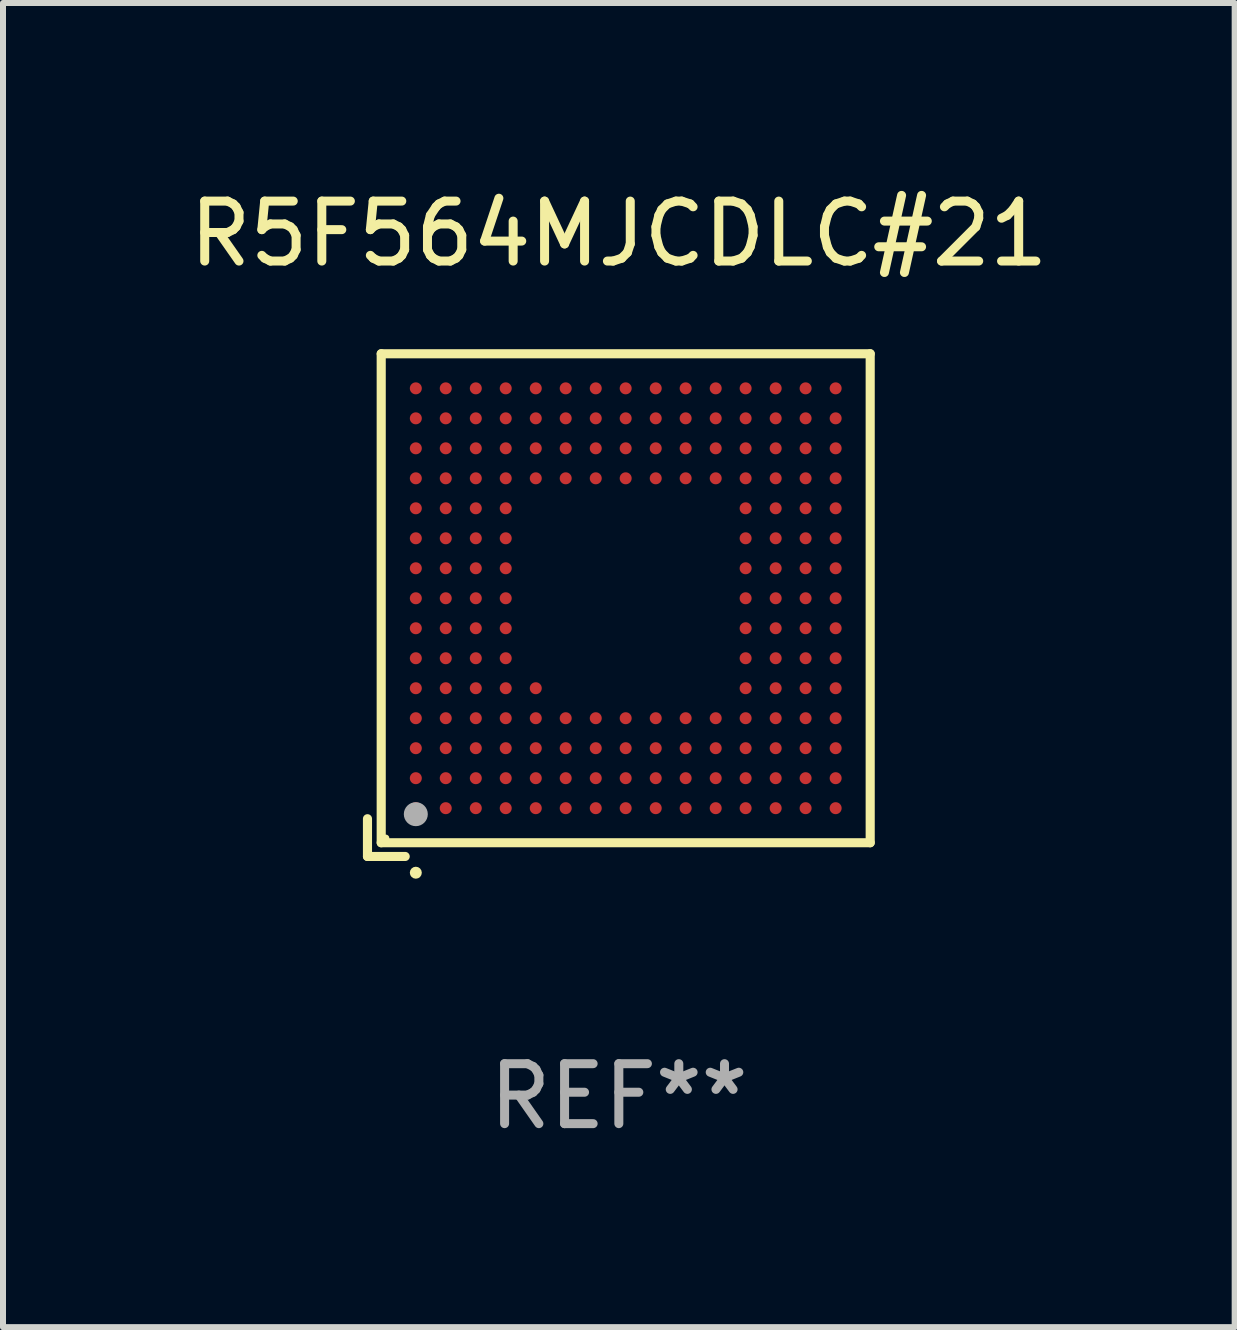
<source format=kicad_pcb>
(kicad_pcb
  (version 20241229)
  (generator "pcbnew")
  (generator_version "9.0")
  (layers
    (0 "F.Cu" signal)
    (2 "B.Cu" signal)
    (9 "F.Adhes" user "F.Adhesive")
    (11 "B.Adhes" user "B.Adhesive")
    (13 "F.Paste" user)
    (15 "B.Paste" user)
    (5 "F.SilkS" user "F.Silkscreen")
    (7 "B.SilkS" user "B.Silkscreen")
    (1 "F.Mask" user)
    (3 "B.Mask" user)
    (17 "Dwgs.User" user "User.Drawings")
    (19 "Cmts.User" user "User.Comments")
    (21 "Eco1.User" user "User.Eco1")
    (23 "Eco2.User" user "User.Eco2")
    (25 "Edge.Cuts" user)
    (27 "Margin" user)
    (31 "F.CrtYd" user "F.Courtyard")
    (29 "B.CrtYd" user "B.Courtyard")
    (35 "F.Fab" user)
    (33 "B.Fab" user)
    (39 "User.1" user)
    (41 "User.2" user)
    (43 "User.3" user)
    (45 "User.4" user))
  (footprint "R5F564MJCDLC#21"
    (layer "F.Cu")
    (at 7.268 7.039)
    (property "Reference" "R5F564MJCDLC#21" (at 0 -6.191 0) (layer "F.SilkS") (effects (font (size 1 1) (thickness 0.15))))
    (attr through_hole)
    (fp_line (start -4.191 3.562) (end -4.191 4.191) (stroke (width 0.152) (type solid)) (layer "F.SilkS"))
    (fp_line (start -4.191 4.191) (end -3.562 4.191) (stroke (width 0.152) (type solid)) (layer "F.SilkS"))
    (fp_line (start -3.962 -4.191) (end 4.191 -4.191) (stroke (width 0.152) (type solid)) (layer "F.SilkS"))
    (fp_line (start -3.962 3.962) (end -3.962 -4.191) (stroke (width 0.152) (type solid)) (layer "F.SilkS"))
    (fp_line (start 4.191 -4.191) (end 4.191 3.962) (stroke (width 0.152) (type solid)) (layer "F.SilkS"))
    (fp_line (start 4.191 3.962) (end -3.962 3.962) (stroke (width 0.152) (type solid)) (layer "F.SilkS"))
    (fp_circle (center -3.886 3.886) (end -3.856 3.886) (stroke (width 0.06) (type solid)) (fill no) (layer "F.SilkS"))
    (fp_circle (center -3.385 4.462) (end -3.335 4.462) (stroke (width 0.1) (type solid)) (fill no) (layer "F.SilkS"))
    (fp_circle (center -3.385 3.486) (end -3.285 3.486) (stroke (width 0.2) (type solid)) (fill no) (layer "F.Fab"))
    (fp_text user "REF**" (at 0 8.191 0) (layer "F.Fab") (effects (font (size 1 1) (thickness 0.15))))
    (pad "A1" smd circle (at -3.385 3.386) (size 0.2 0.2) (layers "F.Cu" "F.Mask" "F.Paste"))
    (pad "A2" smd circle (at -3.385 2.886) (size 0.2 0.2) (layers "F.Cu" "F.Mask" "F.Paste"))
    (pad "A3" smd circle (at -3.385 2.386) (size 0.2 0.2) (layers "F.Cu" "F.Mask" "F.Paste"))
    (pad "A4" smd circle (at -3.385 1.886) (size 0.2 0.2) (layers "F.Cu" "F.Mask" "F.Paste"))
    (pad "A5" smd circle (at -3.385 1.386) (size 0.2 0.2) (layers "F.Cu" "F.Mask" "F.Paste"))
    (pad "A6" smd circle (at -3.385 0.886) (size 0.2 0.2) (layers "F.Cu" "F.Mask" "F.Paste"))
    (pad "A7" smd circle (at -3.385 0.386) (size 0.2 0.2) (layers "F.Cu" "F.Mask" "F.Paste"))
    (pad "A8" smd circle (at -3.385 -0.114) (size 0.2 0.2) (layers "F.Cu" "F.Mask" "F.Paste"))
    (pad "A9" smd circle (at -3.385 -0.614) (size 0.2 0.2) (layers "F.Cu" "F.Mask" "F.Paste"))
    (pad "A10" smd circle (at -3.385 -1.114) (size 0.2 0.2) (layers "F.Cu" "F.Mask" "F.Paste"))
    (pad "A11" smd circle (at -3.385 -1.614) (size 0.2 0.2) (layers "F.Cu" "F.Mask" "F.Paste"))
    (pad "A12" smd circle (at -3.385 -2.114) (size 0.2 0.2) (layers "F.Cu" "F.Mask" "F.Paste"))
    (pad "A13" smd circle (at -3.385 -2.614) (size 0.2 0.2) (layers "F.Cu" "F.Mask" "F.Paste"))
    (pad "A14" smd circle (at -3.385 -3.114) (size 0.2 0.2) (layers "F.Cu" "F.Mask" "F.Paste"))
    (pad "A15" smd circle (at -3.385 -3.614) (size 0.2 0.2) (layers "F.Cu" "F.Mask" "F.Paste"))
    (pad "B1" smd circle (at -2.886 3.386) (size 0.2 0.2) (layers "F.Cu" "F.Mask" "F.Paste"))
    (pad "B2" smd circle (at -2.886 2.886) (size 0.2 0.2) (layers "F.Cu" "F.Mask" "F.Paste"))
    (pad "B3" smd circle (at -2.886 2.386) (size 0.2 0.2) (layers "F.Cu" "F.Mask" "F.Paste"))
    (pad "B4" smd circle (at -2.886 1.886) (size 0.2 0.2) (layers "F.Cu" "F.Mask" "F.Paste"))
    (pad "B5" smd circle (at -2.886 1.386) (size 0.2 0.2) (layers "F.Cu" "F.Mask" "F.Paste"))
    (pad "B6" smd circle (at -2.886 0.886) (size 0.2 0.2) (layers "F.Cu" "F.Mask" "F.Paste"))
    (pad "B7" smd circle (at -2.886 0.386) (size 0.2 0.2) (layers "F.Cu" "F.Mask" "F.Paste"))
    (pad "B8" smd circle (at -2.886 -0.114) (size 0.2 0.2) (layers "F.Cu" "F.Mask" "F.Paste"))
    (pad "B9" smd circle (at -2.886 -0.614) (size 0.2 0.2) (layers "F.Cu" "F.Mask" "F.Paste"))
    (pad "B10" smd circle (at -2.886 -1.114) (size 0.2 0.2) (layers "F.Cu" "F.Mask" "F.Paste"))
    (pad "B11" smd circle (at -2.886 -1.614) (size 0.2 0.2) (layers "F.Cu" "F.Mask" "F.Paste"))
    (pad "B12" smd circle (at -2.886 -2.114) (size 0.2 0.2) (layers "F.Cu" "F.Mask" "F.Paste"))
    (pad "B13" smd circle (at -2.886 -2.614) (size 0.2 0.2) (layers "F.Cu" "F.Mask" "F.Paste"))
    (pad "B14" smd circle (at -2.886 -3.114) (size 0.2 0.2) (layers "F.Cu" "F.Mask" "F.Paste"))
    (pad "B15" smd circle (at -2.886 -3.614) (size 0.2 0.2) (layers "F.Cu" "F.Mask" "F.Paste"))
    (pad "C1" smd circle (at -2.385 3.386) (size 0.2 0.2) (layers "F.Cu" "F.Mask" "F.Paste"))
    (pad "C2" smd circle (at -2.385 2.886) (size 0.2 0.2) (layers "F.Cu" "F.Mask" "F.Paste"))
    (pad "C3" smd circle (at -2.385 2.386) (size 0.2 0.2) (layers "F.Cu" "F.Mask" "F.Paste"))
    (pad "C4" smd circle (at -2.385 1.886) (size 0.2 0.2) (layers "F.Cu" "F.Mask" "F.Paste"))
    (pad "C5" smd circle (at -2.385 1.386) (size 0.2 0.2) (layers "F.Cu" "F.Mask" "F.Paste"))
    (pad "C6" smd circle (at -2.385 0.886) (size 0.2 0.2) (layers "F.Cu" "F.Mask" "F.Paste"))
    (pad "C7" smd circle (at -2.385 0.386) (size 0.2 0.2) (layers "F.Cu" "F.Mask" "F.Paste"))
    (pad "C8" smd circle (at -2.385 -0.114) (size 0.2 0.2) (layers "F.Cu" "F.Mask" "F.Paste"))
    (pad "C9" smd circle (at -2.385 -0.614) (size 0.2 0.2) (layers "F.Cu" "F.Mask" "F.Paste"))
    (pad "C10" smd circle (at -2.385 -1.114) (size 0.2 0.2) (layers "F.Cu" "F.Mask" "F.Paste"))
    (pad "C11" smd circle (at -2.385 -1.614) (size 0.2 0.2) (layers "F.Cu" "F.Mask" "F.Paste"))
    (pad "C12" smd circle (at -2.385 -2.114) (size 0.2 0.2) (layers "F.Cu" "F.Mask" "F.Paste"))
    (pad "C13" smd circle (at -2.385 -2.614) (size 0.2 0.2) (layers "F.Cu" "F.Mask" "F.Paste"))
    (pad "C14" smd circle (at -2.385 -3.114) (size 0.2 0.2) (layers "F.Cu" "F.Mask" "F.Paste"))
    (pad "C15" smd circle (at -2.385 -3.614) (size 0.2 0.2) (layers "F.Cu" "F.Mask" "F.Paste"))
    (pad "D1" smd circle (at -1.886 3.386) (size 0.2 0.2) (layers "F.Cu" "F.Mask" "F.Paste"))
    (pad "D2" smd circle (at -1.886 2.886) (size 0.2 0.2) (layers "F.Cu" "F.Mask" "F.Paste"))
    (pad "D3" smd circle (at -1.886 2.386) (size 0.2 0.2) (layers "F.Cu" "F.Mask" "F.Paste"))
    (pad "D4" smd circle (at -1.886 1.886) (size 0.2 0.2) (layers "F.Cu" "F.Mask" "F.Paste"))
    (pad "D5" smd circle (at -1.886 1.386) (size 0.2 0.2) (layers "F.Cu" "F.Mask" "F.Paste"))
    (pad "D6" smd circle (at -1.886 0.886) (size 0.2 0.2) (layers "F.Cu" "F.Mask" "F.Paste"))
    (pad "D7" smd circle (at -1.886 0.386) (size 0.2 0.2) (layers "F.Cu" "F.Mask" "F.Paste"))
    (pad "D8" smd circle (at -1.886 -0.114) (size 0.2 0.2) (layers "F.Cu" "F.Mask" "F.Paste"))
    (pad "D9" smd circle (at -1.886 -0.614) (size 0.2 0.2) (layers "F.Cu" "F.Mask" "F.Paste"))
    (pad "D10" smd circle (at -1.886 -1.114) (size 0.2 0.2) (layers "F.Cu" "F.Mask" "F.Paste"))
    (pad "D11" smd circle (at -1.886 -1.614) (size 0.2 0.2) (layers "F.Cu" "F.Mask" "F.Paste"))
    (pad "D12" smd circle (at -1.886 -2.114) (size 0.2 0.2) (layers "F.Cu" "F.Mask" "F.Paste"))
    (pad "D13" smd circle (at -1.886 -2.614) (size 0.2 0.2) (layers "F.Cu" "F.Mask" "F.Paste"))
    (pad "D14" smd circle (at -1.886 -3.114) (size 0.2 0.2) (layers "F.Cu" "F.Mask" "F.Paste"))
    (pad "D15" smd circle (at -1.886 -3.614) (size 0.2 0.2) (layers "F.Cu" "F.Mask" "F.Paste"))
    (pad "E1" smd circle (at -1.385 3.386) (size 0.2 0.2) (layers "F.Cu" "F.Mask" "F.Paste"))
    (pad "E2" smd circle (at -1.385 2.886) (size 0.2 0.2) (layers "F.Cu" "F.Mask" "F.Paste"))
    (pad "E3" smd circle (at -1.385 2.386) (size 0.2 0.2) (layers "F.Cu" "F.Mask" "F.Paste"))
    (pad "E4" smd circle (at -1.385 1.886) (size 0.2 0.2) (layers "F.Cu" "F.Mask" "F.Paste"))
    (pad "E5" smd circle (at -1.385 1.386) (size 0.2 0.2) (layers "F.Cu" "F.Mask" "F.Paste"))
    (pad "E12" smd circle (at -1.385 -2.114) (size 0.2 0.2) (layers "F.Cu" "F.Mask" "F.Paste"))
    (pad "E13" smd circle (at -1.385 -2.614) (size 0.2 0.2) (layers "F.Cu" "F.Mask" "F.Paste"))
    (pad "E14" smd circle (at -1.385 -3.114) (size 0.2 0.2) (layers "F.Cu" "F.Mask" "F.Paste"))
    (pad "E15" smd circle (at -1.385 -3.614) (size 0.2 0.2) (layers "F.Cu" "F.Mask" "F.Paste"))
    (pad "F1" smd circle (at -0.886 3.386) (size 0.2 0.2) (layers "F.Cu" "F.Mask" "F.Paste"))
    (pad "F2" smd circle (at -0.886 2.886) (size 0.2 0.2) (layers "F.Cu" "F.Mask" "F.Paste"))
    (pad "F3" smd circle (at -0.886 2.386) (size 0.2 0.2) (layers "F.Cu" "F.Mask" "F.Paste"))
    (pad "F4" smd circle (at -0.886 1.886) (size 0.2 0.2) (layers "F.Cu" "F.Mask" "F.Paste"))
    (pad "F12" smd circle (at -0.886 -2.114) (size 0.2 0.2) (layers "F.Cu" "F.Mask" "F.Paste"))
    (pad "F13" smd circle (at -0.886 -2.614) (size 0.2 0.2) (layers "F.Cu" "F.Mask" "F.Paste"))
    (pad "F14" smd circle (at -0.886 -3.114) (size 0.2 0.2) (layers "F.Cu" "F.Mask" "F.Paste"))
    (pad "F15" smd circle (at -0.886 -3.614) (size 0.2 0.2) (layers "F.Cu" "F.Mask" "F.Paste"))
    (pad "G1" smd circle (at -0.385 3.386) (size 0.2 0.2) (layers "F.Cu" "F.Mask" "F.Paste"))
    (pad "G2" smd circle (at -0.385 2.886) (size 0.2 0.2) (layers "F.Cu" "F.Mask" "F.Paste"))
    (pad "G3" smd circle (at -0.385 2.386) (size 0.2 0.2) (layers "F.Cu" "F.Mask" "F.Paste"))
    (pad "G4" smd circle (at -0.385 1.886) (size 0.2 0.2) (layers "F.Cu" "F.Mask" "F.Paste"))
    (pad "G12" smd circle (at -0.385 -2.114) (size 0.2 0.2) (layers "F.Cu" "F.Mask" "F.Paste"))
    (pad "G13" smd circle (at -0.385 -2.614) (size 0.2 0.2) (layers "F.Cu" "F.Mask" "F.Paste"))
    (pad "G14" smd circle (at -0.385 -3.114) (size 0.2 0.2) (layers "F.Cu" "F.Mask" "F.Paste"))
    (pad "G15" smd circle (at -0.385 -3.614) (size 0.2 0.2) (layers "F.Cu" "F.Mask" "F.Paste"))
    (pad "H1" smd circle (at 0.114 3.386) (size 0.2 0.2) (layers "F.Cu" "F.Mask" "F.Paste"))
    (pad "H2" smd circle (at 0.114 2.886) (size 0.2 0.2) (layers "F.Cu" "F.Mask" "F.Paste"))
    (pad "H3" smd circle (at 0.114 2.386) (size 0.2 0.2) (layers "F.Cu" "F.Mask" "F.Paste"))
    (pad "H4" smd circle (at 0.114 1.886) (size 0.2 0.2) (layers "F.Cu" "F.Mask" "F.Paste"))
    (pad "H12" smd circle (at 0.114 -2.114) (size 0.2 0.2) (layers "F.Cu" "F.Mask" "F.Paste"))
    (pad "H13" smd circle (at 0.114 -2.614) (size 0.2 0.2) (layers "F.Cu" "F.Mask" "F.Paste"))
    (pad "H14" smd circle (at 0.114 -3.114) (size 0.2 0.2) (layers "F.Cu" "F.Mask" "F.Paste"))
    (pad "H15" smd circle (at 0.114 -3.614) (size 0.2 0.2) (layers "F.Cu" "F.Mask" "F.Paste"))
    (pad "J1" smd circle (at 0.615 3.386) (size 0.2 0.2) (layers "F.Cu" "F.Mask" "F.Paste"))
    (pad "J2" smd circle (at 0.615 2.886) (size 0.2 0.2) (layers "F.Cu" "F.Mask" "F.Paste"))
    (pad "J3" smd circle (at 0.615 2.386) (size 0.2 0.2) (layers "F.Cu" "F.Mask" "F.Paste"))
    (pad "J4" smd circle (at 0.615 1.886) (size 0.2 0.2) (layers "F.Cu" "F.Mask" "F.Paste"))
    (pad "J12" smd circle (at 0.615 -2.114) (size 0.2 0.2) (layers "F.Cu" "F.Mask" "F.Paste"))
    (pad "J13" smd circle (at 0.615 -2.614) (size 0.2 0.2) (layers "F.Cu" "F.Mask" "F.Paste"))
    (pad "J14" smd circle (at 0.615 -3.114) (size 0.2 0.2) (layers "F.Cu" "F.Mask" "F.Paste"))
    (pad "J15" smd circle (at 0.615 -3.614) (size 0.2 0.2) (layers "F.Cu" "F.Mask" "F.Paste"))
    (pad "K1" smd circle (at 1.114 3.386) (size 0.2 0.2) (layers "F.Cu" "F.Mask" "F.Paste"))
    (pad "K2" smd circle (at 1.114 2.886) (size 0.2 0.2) (layers "F.Cu" "F.Mask" "F.Paste"))
    (pad "K3" smd circle (at 1.114 2.386) (size 0.2 0.2) (layers "F.Cu" "F.Mask" "F.Paste"))
    (pad "K4" smd circle (at 1.114 1.886) (size 0.2 0.2) (layers "F.Cu" "F.Mask" "F.Paste"))
    (pad "K12" smd circle (at 1.114 -2.114) (size 0.2 0.2) (layers "F.Cu" "F.Mask" "F.Paste"))
    (pad "K13" smd circle (at 1.114 -2.614) (size 0.2 0.2) (layers "F.Cu" "F.Mask" "F.Paste"))
    (pad "K14" smd circle (at 1.114 -3.114) (size 0.2 0.2) (layers "F.Cu" "F.Mask" "F.Paste"))
    (pad "K15" smd circle (at 1.114 -3.614) (size 0.2 0.2) (layers "F.Cu" "F.Mask" "F.Paste"))
    (pad "L1" smd circle (at 1.615 3.386) (size 0.2 0.2) (layers "F.Cu" "F.Mask" "F.Paste"))
    (pad "L2" smd circle (at 1.615 2.886) (size 0.2 0.2) (layers "F.Cu" "F.Mask" "F.Paste"))
    (pad "L3" smd circle (at 1.615 2.386) (size 0.2 0.2) (layers "F.Cu" "F.Mask" "F.Paste"))
    (pad "L4" smd circle (at 1.615 1.886) (size 0.2 0.2) (layers "F.Cu" "F.Mask" "F.Paste"))
    (pad "L12" smd circle (at 1.615 -2.114) (size 0.2 0.2) (layers "F.Cu" "F.Mask" "F.Paste"))
    (pad "L13" smd circle (at 1.615 -2.614) (size 0.2 0.2) (layers "F.Cu" "F.Mask" "F.Paste"))
    (pad "L14" smd circle (at 1.615 -3.114) (size 0.2 0.2) (layers "F.Cu" "F.Mask" "F.Paste"))
    (pad "L15" smd circle (at 1.615 -3.614) (size 0.2 0.2) (layers "F.Cu" "F.Mask" "F.Paste"))
    (pad "M1" smd circle (at 2.114 3.386) (size 0.2 0.2) (layers "F.Cu" "F.Mask" "F.Paste"))
    (pad "M2" smd circle (at 2.114 2.886) (size 0.2 0.2) (layers "F.Cu" "F.Mask" "F.Paste"))
    (pad "M3" smd circle (at 2.114 2.386) (size 0.2 0.2) (layers "F.Cu" "F.Mask" "F.Paste"))
    (pad "M4" smd circle (at 2.114 1.886) (size 0.2 0.2) (layers "F.Cu" "F.Mask" "F.Paste"))
    (pad "M5" smd circle (at 2.114 1.386) (size 0.2 0.2) (layers "F.Cu" "F.Mask" "F.Paste"))
    (pad "M6" smd circle (at 2.114 0.886) (size 0.2 0.2) (layers "F.Cu" "F.Mask" "F.Paste"))
    (pad "M7" smd circle (at 2.114 0.386) (size 0.2 0.2) (layers "F.Cu" "F.Mask" "F.Paste"))
    (pad "M8" smd circle (at 2.114 -0.114) (size 0.2 0.2) (layers "F.Cu" "F.Mask" "F.Paste"))
    (pad "M9" smd circle (at 2.114 -0.614) (size 0.2 0.2) (layers "F.Cu" "F.Mask" "F.Paste"))
    (pad "M10" smd circle (at 2.114 -1.114) (size 0.2 0.2) (layers "F.Cu" "F.Mask" "F.Paste"))
    (pad "M11" smd circle (at 2.114 -1.614) (size 0.2 0.2) (layers "F.Cu" "F.Mask" "F.Paste"))
    (pad "M12" smd circle (at 2.114 -2.114) (size 0.2 0.2) (layers "F.Cu" "F.Mask" "F.Paste"))
    (pad "M13" smd circle (at 2.114 -2.614) (size 0.2 0.2) (layers "F.Cu" "F.Mask" "F.Paste"))
    (pad "M14" smd circle (at 2.114 -3.114) (size 0.2 0.2) (layers "F.Cu" "F.Mask" "F.Paste"))
    (pad "M15" smd circle (at 2.114 -3.614) (size 0.2 0.2) (layers "F.Cu" "F.Mask" "F.Paste"))
    (pad "N1" smd circle (at 2.615 3.386) (size 0.2 0.2) (layers "F.Cu" "F.Mask" "F.Paste"))
    (pad "N2" smd circle (at 2.615 2.886) (size 0.2 0.2) (layers "F.Cu" "F.Mask" "F.Paste"))
    (pad "N3" smd circle (at 2.615 2.386) (size 0.2 0.2) (layers "F.Cu" "F.Mask" "F.Paste"))
    (pad "N4" smd circle (at 2.615 1.886) (size 0.2 0.2) (layers "F.Cu" "F.Mask" "F.Paste"))
    (pad "N5" smd circle (at 2.615 1.386) (size 0.2 0.2) (layers "F.Cu" "F.Mask" "F.Paste"))
    (pad "N6" smd circle (at 2.615 0.886) (size 0.2 0.2) (layers "F.Cu" "F.Mask" "F.Paste"))
    (pad "N7" smd circle (at 2.615 0.386) (size 0.2 0.2) (layers "F.Cu" "F.Mask" "F.Paste"))
    (pad "N8" smd circle (at 2.615 -0.114) (size 0.2 0.2) (layers "F.Cu" "F.Mask" "F.Paste"))
    (pad "N9" smd circle (at 2.615 -0.614) (size 0.2 0.2) (layers "F.Cu" "F.Mask" "F.Paste"))
    (pad "N10" smd circle (at 2.615 -1.114) (size 0.2 0.2) (layers "F.Cu" "F.Mask" "F.Paste"))
    (pad "N11" smd circle (at 2.615 -1.614) (size 0.2 0.2) (layers "F.Cu" "F.Mask" "F.Paste"))
    (pad "N12" smd circle (at 2.615 -2.114) (size 0.2 0.2) (layers "F.Cu" "F.Mask" "F.Paste"))
    (pad "N13" smd circle (at 2.615 -2.614) (size 0.2 0.2) (layers "F.Cu" "F.Mask" "F.Paste"))
    (pad "N14" smd circle (at 2.615 -3.114) (size 0.2 0.2) (layers "F.Cu" "F.Mask" "F.Paste"))
    (pad "N15" smd circle (at 2.615 -3.614) (size 0.2 0.2) (layers "F.Cu" "F.Mask" "F.Paste"))
    (pad "P1" smd circle (at 3.114 3.386) (size 0.2 0.2) (layers "F.Cu" "F.Mask" "F.Paste"))
    (pad "P2" smd circle (at 3.114 2.886) (size 0.2 0.2) (layers "F.Cu" "F.Mask" "F.Paste"))
    (pad "P3" smd circle (at 3.114 2.386) (size 0.2 0.2) (layers "F.Cu" "F.Mask" "F.Paste"))
    (pad "P4" smd circle (at 3.114 1.886) (size 0.2 0.2) (layers "F.Cu" "F.Mask" "F.Paste"))
    (pad "P5" smd circle (at 3.114 1.386) (size 0.2 0.2) (layers "F.Cu" "F.Mask" "F.Paste"))
    (pad "P6" smd circle (at 3.114 0.886) (size 0.2 0.2) (layers "F.Cu" "F.Mask" "F.Paste"))
    (pad "P7" smd circle (at 3.114 0.386) (size 0.2 0.2) (layers "F.Cu" "F.Mask" "F.Paste"))
    (pad "P8" smd circle (at 3.114 -0.114) (size 0.2 0.2) (layers "F.Cu" "F.Mask" "F.Paste"))
    (pad "P9" smd circle (at 3.114 -0.614) (size 0.2 0.2) (layers "F.Cu" "F.Mask" "F.Paste"))
    (pad "P10" smd circle (at 3.114 -1.114) (size 0.2 0.2) (layers "F.Cu" "F.Mask" "F.Paste"))
    (pad "P11" smd circle (at 3.114 -1.614) (size 0.2 0.2) (layers "F.Cu" "F.Mask" "F.Paste"))
    (pad "P12" smd circle (at 3.114 -2.114) (size 0.2 0.2) (layers "F.Cu" "F.Mask" "F.Paste"))
    (pad "P13" smd circle (at 3.114 -2.614) (size 0.2 0.2) (layers "F.Cu" "F.Mask" "F.Paste"))
    (pad "P14" smd circle (at 3.114 -3.114) (size 0.2 0.2) (layers "F.Cu" "F.Mask" "F.Paste"))
    (pad "P15" smd circle (at 3.114 -3.614) (size 0.2 0.2) (layers "F.Cu" "F.Mask" "F.Paste"))
    (pad "R1" smd circle (at 3.615 3.386) (size 0.2 0.2) (layers "F.Cu" "F.Mask" "F.Paste"))
    (pad "R2" smd circle (at 3.615 2.886) (size 0.2 0.2) (layers "F.Cu" "F.Mask" "F.Paste"))
    (pad "R3" smd circle (at 3.615 2.386) (size 0.2 0.2) (layers "F.Cu" "F.Mask" "F.Paste"))
    (pad "R4" smd circle (at 3.615 1.886) (size 0.2 0.2) (layers "F.Cu" "F.Mask" "F.Paste"))
    (pad "R5" smd circle (at 3.615 1.386) (size 0.2 0.2) (layers "F.Cu" "F.Mask" "F.Paste"))
    (pad "R6" smd circle (at 3.615 0.886) (size 0.2 0.2) (layers "F.Cu" "F.Mask" "F.Paste"))
    (pad "R7" smd circle (at 3.615 0.386) (size 0.2 0.2) (layers "F.Cu" "F.Mask" "F.Paste"))
    (pad "R8" smd circle (at 3.615 -0.114) (size 0.2 0.2) (layers "F.Cu" "F.Mask" "F.Paste"))
    (pad "R9" smd circle (at 3.615 -0.614) (size 0.2 0.2) (layers "F.Cu" "F.Mask" "F.Paste"))
    (pad "R10" smd circle (at 3.615 -1.114) (size 0.2 0.2) (layers "F.Cu" "F.Mask" "F.Paste"))
    (pad "R11" smd circle (at 3.615 -1.614) (size 0.2 0.2) (layers "F.Cu" "F.Mask" "F.Paste"))
    (pad "R12" smd circle (at 3.615 -2.114) (size 0.2 0.2) (layers "F.Cu" "F.Mask" "F.Paste"))
    (pad "R13" smd circle (at 3.615 -2.614) (size 0.2 0.2) (layers "F.Cu" "F.Mask" "F.Paste"))
    (pad "R14" smd circle (at 3.615 -3.114) (size 0.2 0.2) (layers "F.Cu" "F.Mask" "F.Paste"))
    (pad "R15" smd circle (at 3.615 -3.614) (size 0.2 0.2) (layers "F.Cu" "F.Mask" "F.Paste")))
  (gr_rect
    (start -3 -3)
    (end 17.536 19.078)
    (stroke (width 0.1) (type default))
    (fill no)
    (layer "Edge.Cuts")))
</source>
